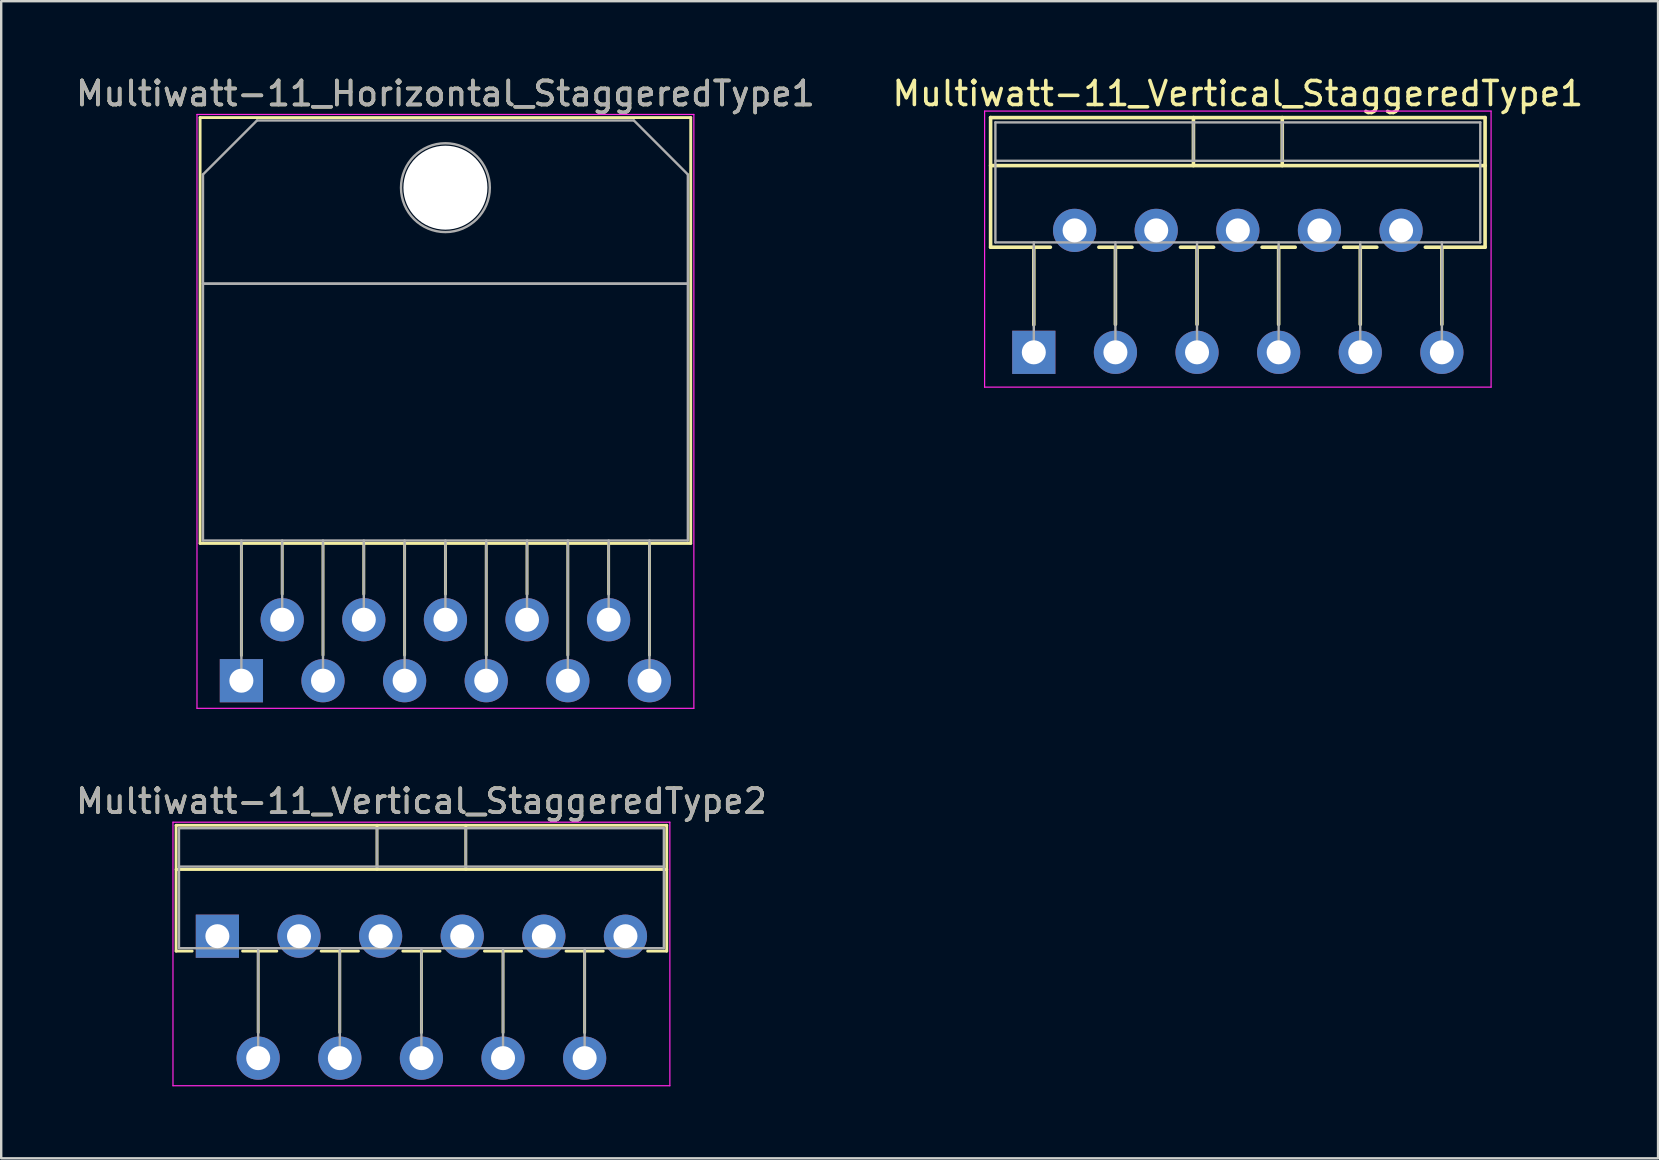
<source format=kicad_pcb>
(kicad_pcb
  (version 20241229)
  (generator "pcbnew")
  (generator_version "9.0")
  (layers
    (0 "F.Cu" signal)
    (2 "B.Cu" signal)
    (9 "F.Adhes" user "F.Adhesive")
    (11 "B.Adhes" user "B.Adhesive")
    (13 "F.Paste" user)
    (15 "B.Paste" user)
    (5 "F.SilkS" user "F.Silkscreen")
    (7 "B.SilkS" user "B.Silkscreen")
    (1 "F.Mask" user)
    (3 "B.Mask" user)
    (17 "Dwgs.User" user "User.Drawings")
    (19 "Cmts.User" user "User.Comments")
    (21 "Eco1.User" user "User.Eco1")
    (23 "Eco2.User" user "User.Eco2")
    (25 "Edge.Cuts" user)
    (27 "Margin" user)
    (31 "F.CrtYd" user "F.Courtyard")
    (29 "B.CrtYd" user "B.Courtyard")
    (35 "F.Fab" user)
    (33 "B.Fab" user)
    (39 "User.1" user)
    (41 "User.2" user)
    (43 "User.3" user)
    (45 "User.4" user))
  (footprint "Multiwatt-11_Horizontal_StaggeredType1"
    (layer "F.Cu")
    (at 7.006 25.308)
    (property "Reference" "Multiwatt-11_Horizontal_StaggeredType1" (at 8.5 -24.46 0) (layer "F.SilkS") (effects (font (size 1 1) (thickness 0.15))))
    (attr through_hole)
    (fp_line (start -1.72 -23.46) (end -1.72 -5.72) (stroke (width 0.12) (type solid)) (layer "F.SilkS"))
    (fp_line (start -1.72 -23.46) (end 18.72 -23.46) (stroke (width 0.12) (type solid)) (layer "F.SilkS"))
    (fp_line (start -1.72 -5.72) (end 18.72 -5.72) (stroke (width 0.12) (type solid)) (layer "F.SilkS"))
    (fp_line (start 0 -5.72) (end 0 -1.05) (stroke (width 0.12) (type solid)) (layer "F.SilkS"))
    (fp_line (start 1.7 -5.72) (end 1.7 -3.606) (stroke (width 0.12) (type solid)) (layer "F.SilkS"))
    (fp_line (start 3.4 -5.72) (end 3.4 -1.065) (stroke (width 0.12) (type solid)) (layer "F.SilkS"))
    (fp_line (start 5.1 -5.72) (end 5.1 -3.606) (stroke (width 0.12) (type solid)) (layer "F.SilkS"))
    (fp_line (start 6.8 -5.72) (end 6.8 -1.065) (stroke (width 0.12) (type solid)) (layer "F.SilkS"))
    (fp_line (start 8.5 -5.72) (end 8.5 -3.606) (stroke (width 0.12) (type solid)) (layer "F.SilkS"))
    (fp_line (start 10.2 -5.72) (end 10.2 -1.065) (stroke (width 0.12) (type solid)) (layer "F.SilkS"))
    (fp_line (start 11.9 -5.72) (end 11.9 -3.606) (stroke (width 0.12) (type solid)) (layer "F.SilkS"))
    (fp_line (start 13.6 -5.72) (end 13.6 -1.065) (stroke (width 0.12) (type solid)) (layer "F.SilkS"))
    (fp_line (start 15.3 -5.72) (end 15.3 -3.606) (stroke (width 0.12) (type solid)) (layer "F.SilkS"))
    (fp_line (start 17 -5.72) (end 17 -1.065) (stroke (width 0.12) (type solid)) (layer "F.SilkS"))
    (fp_line (start 18.72 -23.46) (end 18.72 -5.72) (stroke (width 0.12) (type solid)) (layer "F.SilkS"))
    (fp_line (start -1.85 -23.59) (end -1.85 1.15) (stroke (width 0.05) (type solid)) (layer "F.CrtYd"))
    (fp_line (start -1.85 1.15) (end 18.85 1.15) (stroke (width 0.05) (type solid)) (layer "F.CrtYd"))
    (fp_line (start 18.85 -23.59) (end -1.85 -23.59) (stroke (width 0.05) (type solid)) (layer "F.CrtYd"))
    (fp_line (start 18.85 1.15) (end 18.85 -23.59) (stroke (width 0.05) (type solid)) (layer "F.CrtYd"))
    (fp_line (start -1.6 -21.09) (end 0.651 -23.34) (stroke (width 0.1) (type solid)) (layer "F.Fab"))
    (fp_line (start -1.6 -16.54) (end -1.6 -21.09) (stroke (width 0.1) (type solid)) (layer "F.Fab"))
    (fp_line (start -1.6 -16.54) (end 18.6 -16.54) (stroke (width 0.1) (type solid)) (layer "F.Fab"))
    (fp_line (start -1.6 -5.84) (end -1.6 -16.54) (stroke (width 0.1) (type solid)) (layer "F.Fab"))
    (fp_line (start 0 -5.84) (end 0 0) (stroke (width 0.1) (type solid)) (layer "F.Fab"))
    (fp_line (start 0.651 -23.34) (end 16.351 -23.34) (stroke (width 0.1) (type solid)) (layer "F.Fab"))
    (fp_line (start 1.7 -5.84) (end 1.7 -2.54) (stroke (width 0.1) (type solid)) (layer "F.Fab"))
    (fp_line (start 3.4 -5.84) (end 3.4 0) (stroke (width 0.1) (type solid)) (layer "F.Fab"))
    (fp_line (start 5.1 -5.84) (end 5.1 -2.54) (stroke (width 0.1) (type solid)) (layer "F.Fab"))
    (fp_line (start 6.8 -5.84) (end 6.8 0) (stroke (width 0.1) (type solid)) (layer "F.Fab"))
    (fp_line (start 8.5 -5.84) (end 8.5 -2.54) (stroke (width 0.1) (type solid)) (layer "F.Fab"))
    (fp_line (start 10.2 -5.84) (end 10.2 0) (stroke (width 0.1) (type solid)) (layer "F.Fab"))
    (fp_line (start 11.9 -5.84) (end 11.9 -2.54) (stroke (width 0.1) (type solid)) (layer "F.Fab"))
    (fp_line (start 13.6 -5.84) (end 13.6 0) (stroke (width 0.1) (type solid)) (layer "F.Fab"))
    (fp_line (start 15.3 -5.84) (end 15.3 -2.54) (stroke (width 0.1) (type solid)) (layer "F.Fab"))
    (fp_line (start 16.351 -23.34) (end 18.6 -21.09) (stroke (width 0.1) (type solid)) (layer "F.Fab"))
    (fp_line (start 17 -5.84) (end 17 0) (stroke (width 0.1) (type solid)) (layer "F.Fab"))
    (fp_line (start 18.6 -21.09) (end 18.6 -16.54) (stroke (width 0.1) (type solid)) (layer "F.Fab"))
    (fp_line (start 18.6 -16.54) (end -1.6 -16.54) (stroke (width 0.1) (type solid)) (layer "F.Fab"))
    (fp_line (start 18.6 -16.54) (end 18.6 -5.84) (stroke (width 0.1) (type solid)) (layer "F.Fab"))
    (fp_line (start 18.6 -5.84) (end -1.6 -5.84) (stroke (width 0.1) (type solid)) (layer "F.Fab"))
    (fp_circle (center 8.5 -20.54) (end 10.35 -20.54) (stroke (width 0.1) (type solid)) (fill no) (layer "F.Fab"))
    (fp_text user "${REFERENCE}" (at 8.5 -24.46 0) (layer "F.Fab") (effects (font (size 1 1) (thickness 0.15))))
    (pad "" np_thru_hole oval (at 8.5 -20.54) (size 3.5 3.5) (drill 3.5) (layers "*.Cu" "*.Mask"))
    (pad "1" thru_hole rect (at 0 0) (size 1.8 1.8) (drill 1) (layers "*.Cu" "*.Mask"))
    (pad "2" thru_hole oval (at 1.7 -2.54) (size 1.8 1.8) (drill 1) (layers "*.Cu" "*.Mask"))
    (pad "3" thru_hole oval (at 3.4 0) (size 1.8 1.8) (drill 1) (layers "*.Cu" "*.Mask"))
    (pad "4" thru_hole oval (at 5.1 -2.54) (size 1.8 1.8) (drill 1) (layers "*.Cu" "*.Mask"))
    (pad "5" thru_hole oval (at 6.8 0) (size 1.8 1.8) (drill 1) (layers "*.Cu" "*.Mask"))
    (pad "6" thru_hole oval (at 8.5 -2.54) (size 1.8 1.8) (drill 1) (layers "*.Cu" "*.Mask"))
    (pad "7" thru_hole oval (at 10.2 0) (size 1.8 1.8) (drill 1) (layers "*.Cu" "*.Mask"))
    (pad "8" thru_hole oval (at 11.9 -2.54) (size 1.8 1.8) (drill 1) (layers "*.Cu" "*.Mask"))
    (pad "9" thru_hole oval (at 13.6 0) (size 1.8 1.8) (drill 1) (layers "*.Cu" "*.Mask"))
    (pad "10" thru_hole oval (at 15.3 -2.54) (size 1.8 1.8) (drill 1) (layers "*.Cu" "*.Mask"))
    (pad "11" thru_hole oval (at 17 0) (size 1.8 1.8) (drill 1) (layers "*.Cu" "*.Mask")))
  (footprint "Multiwatt-11_Vertical_StaggeredType2"
    (layer "F.Cu")
    (at 6.006 35.952)
    (property "Reference" "Multiwatt-11_Vertical_StaggeredType2" (at 8.5 -5.62 0) (layer "F.SilkS") (effects (font (size 1 1) (thickness 0.15))))
    (attr through_hole)
    (fp_line (start -1.72 -4.62) (end -1.72 0.621) (stroke (width 0.12) (type solid)) (layer "F.SilkS"))
    (fp_line (start -1.72 -4.62) (end 18.72 -4.62) (stroke (width 0.12) (type solid)) (layer "F.SilkS"))
    (fp_line (start -1.72 -2.78) (end 18.72 -2.78) (stroke (width 0.12) (type solid)) (layer "F.SilkS"))
    (fp_line (start -1.72 0.621) (end -1.05 0.621) (stroke (width 0.12) (type solid)) (layer "F.SilkS"))
    (fp_line (start 1.05 0.621) (end 2.476 0.621) (stroke (width 0.12) (type solid)) (layer "F.SilkS"))
    (fp_line (start 1.7 0.621) (end 1.7 4.015) (stroke (width 0.12) (type solid)) (layer "F.SilkS"))
    (fp_line (start 4.325 0.621) (end 5.876 0.621) (stroke (width 0.12) (type solid)) (layer "F.SilkS"))
    (fp_line (start 5.1 0.621) (end 5.1 4.015) (stroke (width 0.12) (type solid)) (layer "F.SilkS"))
    (fp_line (start 6.65 -4.62) (end 6.65 -2.78) (stroke (width 0.12) (type solid)) (layer "F.SilkS"))
    (fp_line (start 7.725 0.621) (end 9.276 0.621) (stroke (width 0.12) (type solid)) (layer "F.SilkS"))
    (fp_line (start 8.5 0.621) (end 8.5 4.015) (stroke (width 0.12) (type solid)) (layer "F.SilkS"))
    (fp_line (start 10.35 -4.62) (end 10.35 -2.78) (stroke (width 0.12) (type solid)) (layer "F.SilkS"))
    (fp_line (start 11.125 0.621) (end 12.676 0.621) (stroke (width 0.12) (type solid)) (layer "F.SilkS"))
    (fp_line (start 11.9 0.621) (end 11.9 4.015) (stroke (width 0.12) (type solid)) (layer "F.SilkS"))
    (fp_line (start 14.525 0.621) (end 16.076 0.621) (stroke (width 0.12) (type solid)) (layer "F.SilkS"))
    (fp_line (start 15.3 0.621) (end 15.3 4.015) (stroke (width 0.12) (type solid)) (layer "F.SilkS"))
    (fp_line (start 17.925 0.621) (end 18.72 0.621) (stroke (width 0.12) (type solid)) (layer "F.SilkS"))
    (fp_line (start 18.72 -4.62) (end 18.72 0.621) (stroke (width 0.12) (type solid)) (layer "F.SilkS"))
    (fp_line (start -1.85 -4.75) (end -1.85 6.23) (stroke (width 0.05) (type solid)) (layer "F.CrtYd"))
    (fp_line (start -1.85 6.23) (end 18.85 6.23) (stroke (width 0.05) (type solid)) (layer "F.CrtYd"))
    (fp_line (start 18.85 -4.75) (end -1.85 -4.75) (stroke (width 0.05) (type solid)) (layer "F.CrtYd"))
    (fp_line (start 18.85 6.23) (end 18.85 -4.75) (stroke (width 0.05) (type solid)) (layer "F.CrtYd"))
    (fp_line (start -1.6 -4.5) (end -1.6 0.5) (stroke (width 0.1) (type solid)) (layer "F.Fab"))
    (fp_line (start -1.6 -2.9) (end 18.6 -2.9) (stroke (width 0.1) (type solid)) (layer "F.Fab"))
    (fp_line (start -1.6 0.5) (end 18.6 0.5) (stroke (width 0.1) (type solid)) (layer "F.Fab"))
    (fp_line (start 1.7 0.5) (end 1.7 5.08) (stroke (width 0.1) (type solid)) (layer "F.Fab"))
    (fp_line (start 5.1 0.5) (end 5.1 5.08) (stroke (width 0.1) (type solid)) (layer "F.Fab"))
    (fp_line (start 6.65 -4.5) (end 6.65 -2.9) (stroke (width 0.1) (type solid)) (layer "F.Fab"))
    (fp_line (start 8.5 0.5) (end 8.5 5.08) (stroke (width 0.1) (type solid)) (layer "F.Fab"))
    (fp_line (start 10.35 -4.5) (end 10.35 -2.9) (stroke (width 0.1) (type solid)) (layer "F.Fab"))
    (fp_line (start 11.9 0.5) (end 11.9 5.08) (stroke (width 0.1) (type solid)) (layer "F.Fab"))
    (fp_line (start 15.3 0.5) (end 15.3 5.08) (stroke (width 0.1) (type solid)) (layer "F.Fab"))
    (fp_line (start 18.6 -4.5) (end -1.6 -4.5) (stroke (width 0.1) (type solid)) (layer "F.Fab"))
    (fp_line (start 18.6 0.5) (end 18.6 -4.5) (stroke (width 0.1) (type solid)) (layer "F.Fab"))
    (fp_text user "${REFERENCE}" (at 8.5 -5.62 0) (layer "F.Fab") (effects (font (size 1 1) (thickness 0.15))))
    (pad "1" thru_hole rect (at 0 0) (size 1.8 1.8) (drill 1) (layers "*.Cu" "*.Mask"))
    (pad "2" thru_hole oval (at 1.7 5.08) (size 1.8 1.8) (drill 1) (layers "*.Cu" "*.Mask"))
    (pad "3" thru_hole oval (at 3.4 0) (size 1.8 1.8) (drill 1) (layers "*.Cu" "*.Mask"))
    (pad "4" thru_hole oval (at 5.1 5.08) (size 1.8 1.8) (drill 1) (layers "*.Cu" "*.Mask"))
    (pad "5" thru_hole oval (at 6.8 0) (size 1.8 1.8) (drill 1) (layers "*.Cu" "*.Mask"))
    (pad "6" thru_hole oval (at 8.5 5.08) (size 1.8 1.8) (drill 1) (layers "*.Cu" "*.Mask"))
    (pad "7" thru_hole oval (at 10.2 0) (size 1.8 1.8) (drill 1) (layers "*.Cu" "*.Mask"))
    (pad "8" thru_hole oval (at 11.9 5.08) (size 1.8 1.8) (drill 1) (layers "*.Cu" "*.Mask"))
    (pad "9" thru_hole oval (at 13.6 0) (size 1.8 1.8) (drill 1) (layers "*.Cu" "*.Mask"))
    (pad "10" thru_hole oval (at 15.3 5.08) (size 1.8 1.8) (drill 1) (layers "*.Cu" "*.Mask"))
    (pad "11" thru_hole oval (at 17 0) (size 1.8 1.8) (drill 1) (layers "*.Cu" "*.Mask")))
  (footprint "Multiwatt-11_Vertical_StaggeredType1"
    (layer "F.Cu")
    (at 40.018 11.628)
    (property "Reference" "Multiwatt-11_Vertical_StaggeredType1" (at 8.5 -10.78 0) (layer "F.SilkS") (effects (font (size 1 1) (thickness 0.15))))
    (attr through_hole)
    (fp_line (start -1.8 -9.78) (end -1.8 -4.379) (stroke (width 0.15) (type solid)) (layer "F.SilkS"))
    (fp_line (start -1.8 -9.78) (end 18.8 -9.78) (stroke (width 0.15) (type solid)) (layer "F.SilkS"))
    (fp_line (start -1.8 -7.78) (end 18.8 -7.78) (stroke (width 0.15) (type solid)) (layer "F.SilkS"))
    (fp_line (start -1.8 -4.379) (end 0.69 -4.379) (stroke (width 0.15) (type solid)) (layer "F.SilkS"))
    (fp_line (start 0 -4.379) (end 0 -1.15) (stroke (width 0.15) (type solid)) (layer "F.SilkS"))
    (fp_line (start 2.711 -4.379) (end 4.09 -4.379) (stroke (width 0.15) (type solid)) (layer "F.SilkS"))
    (fp_line (start 3.4 -4.379) (end 3.4 -1.165) (stroke (width 0.15) (type solid)) (layer "F.SilkS"))
    (fp_line (start 6.111 -4.379) (end 7.49 -4.379) (stroke (width 0.15) (type solid)) (layer "F.SilkS"))
    (fp_line (start 6.65 -9.78) (end 6.65 -7.78) (stroke (width 0.15) (type solid)) (layer "F.SilkS"))
    (fp_line (start 6.8 -4.379) (end 6.8 -1.165) (stroke (width 0.15) (type solid)) (layer "F.SilkS"))
    (fp_line (start 9.511 -4.379) (end 10.89 -4.379) (stroke (width 0.15) (type solid)) (layer "F.SilkS"))
    (fp_line (start 10.2 -4.379) (end 10.2 -1.165) (stroke (width 0.15) (type solid)) (layer "F.SilkS"))
    (fp_line (start 10.35 -9.78) (end 10.35 -7.78) (stroke (width 0.15) (type solid)) (layer "F.SilkS"))
    (fp_line (start 12.911 -4.379) (end 14.29 -4.379) (stroke (width 0.15) (type solid)) (layer "F.SilkS"))
    (fp_line (start 13.6 -4.379) (end 13.6 -1.165) (stroke (width 0.15) (type solid)) (layer "F.SilkS"))
    (fp_line (start 16.311 -4.379) (end 18.8 -4.379) (stroke (width 0.15) (type solid)) (layer "F.SilkS"))
    (fp_line (start 17 -4.379) (end 17 -1.165) (stroke (width 0.15) (type solid)) (layer "F.SilkS"))
    (fp_line (start 18.8 -9.78) (end 18.8 -4.379) (stroke (width 0.15) (type solid)) (layer "F.SilkS"))
    (fp_line (start -2.05 -10.05) (end -2.05 1.45) (stroke (width 0.05) (type solid)) (layer "F.CrtYd"))
    (fp_line (start -2.05 1.45) (end 19.05 1.45) (stroke (width 0.05) (type solid)) (layer "F.CrtYd"))
    (fp_line (start 19.05 -10.05) (end -2.05 -10.05) (stroke (width 0.05) (type solid)) (layer "F.CrtYd"))
    (fp_line (start 19.05 1.45) (end 19.05 -10.05) (stroke (width 0.05) (type solid)) (layer "F.CrtYd"))
    (fp_line (start -1.6 -9.58) (end -1.6 -4.58) (stroke (width 0.1) (type solid)) (layer "F.Fab"))
    (fp_line (start -1.6 -7.98) (end 18.6 -7.98) (stroke (width 0.1) (type solid)) (layer "F.Fab"))
    (fp_line (start -1.6 -4.58) (end 18.6 -4.58) (stroke (width 0.1) (type solid)) (layer "F.Fab"))
    (fp_line (start 0 -4.58) (end 0 0) (stroke (width 0.1) (type solid)) (layer "F.Fab"))
    (fp_line (start 3.4 -4.58) (end 3.4 0) (stroke (width 0.1) (type solid)) (layer "F.Fab"))
    (fp_line (start 6.65 -9.58) (end 6.65 -7.98) (stroke (width 0.1) (type solid)) (layer "F.Fab"))
    (fp_line (start 6.8 -4.58) (end 6.8 0) (stroke (width 0.1) (type solid)) (layer "F.Fab"))
    (fp_line (start 10.2 -4.58) (end 10.2 0) (stroke (width 0.1) (type solid)) (layer "F.Fab"))
    (fp_line (start 10.35 -9.58) (end 10.35 -7.98) (stroke (width 0.1) (type solid)) (layer "F.Fab"))
    (fp_line (start 13.6 -4.58) (end 13.6 0) (stroke (width 0.1) (type solid)) (layer "F.Fab"))
    (fp_line (start 17 -4.58) (end 17 0) (stroke (width 0.1) (type solid)) (layer "F.Fab"))
    (fp_line (start 18.6 -9.58) (end -1.6 -9.58) (stroke (width 0.1) (type solid)) (layer "F.Fab"))
    (fp_line (start 18.6 -4.58) (end 18.6 -9.58) (stroke (width 0.1) (type solid)) (layer "F.Fab"))
    (pad "1" thru_hole rect (at 0 0) (size 1.8 1.8) (drill 1) (layers "*.Cu" "*.Mask"))
    (pad "2" thru_hole oval (at 1.7 -5.08) (size 1.8 1.8) (drill 1) (layers "*.Cu" "*.Mask"))
    (pad "3" thru_hole oval (at 3.4 0) (size 1.8 1.8) (drill 1) (layers "*.Cu" "*.Mask"))
    (pad "4" thru_hole oval (at 5.1 -5.08) (size 1.8 1.8) (drill 1) (layers "*.Cu" "*.Mask"))
    (pad "5" thru_hole oval (at 6.8 0) (size 1.8 1.8) (drill 1) (layers "*.Cu" "*.Mask"))
    (pad "6" thru_hole oval (at 8.5 -5.08) (size 1.8 1.8) (drill 1) (layers "*.Cu" "*.Mask"))
    (pad "7" thru_hole oval (at 10.2 0) (size 1.8 1.8) (drill 1) (layers "*.Cu" "*.Mask"))
    (pad "8" thru_hole oval (at 11.9 -5.08) (size 1.8 1.8) (drill 1) (layers "*.Cu" "*.Mask"))
    (pad "9" thru_hole oval (at 13.6 0) (size 1.8 1.8) (drill 1) (layers "*.Cu" "*.Mask"))
    (pad "10" thru_hole oval (at 15.3 -5.08) (size 1.8 1.8) (drill 1) (layers "*.Cu" "*.Mask"))
    (pad "11" thru_hole oval (at 17 0) (size 1.8 1.8) (drill 1) (layers "*.Cu" "*.Mask")))
  (gr_rect
    (start -3 -3)
    (end 66.024 45.206)
    (stroke (width 0.1) (type default))
    (fill no)
    (layer "Edge.Cuts")))
</source>
